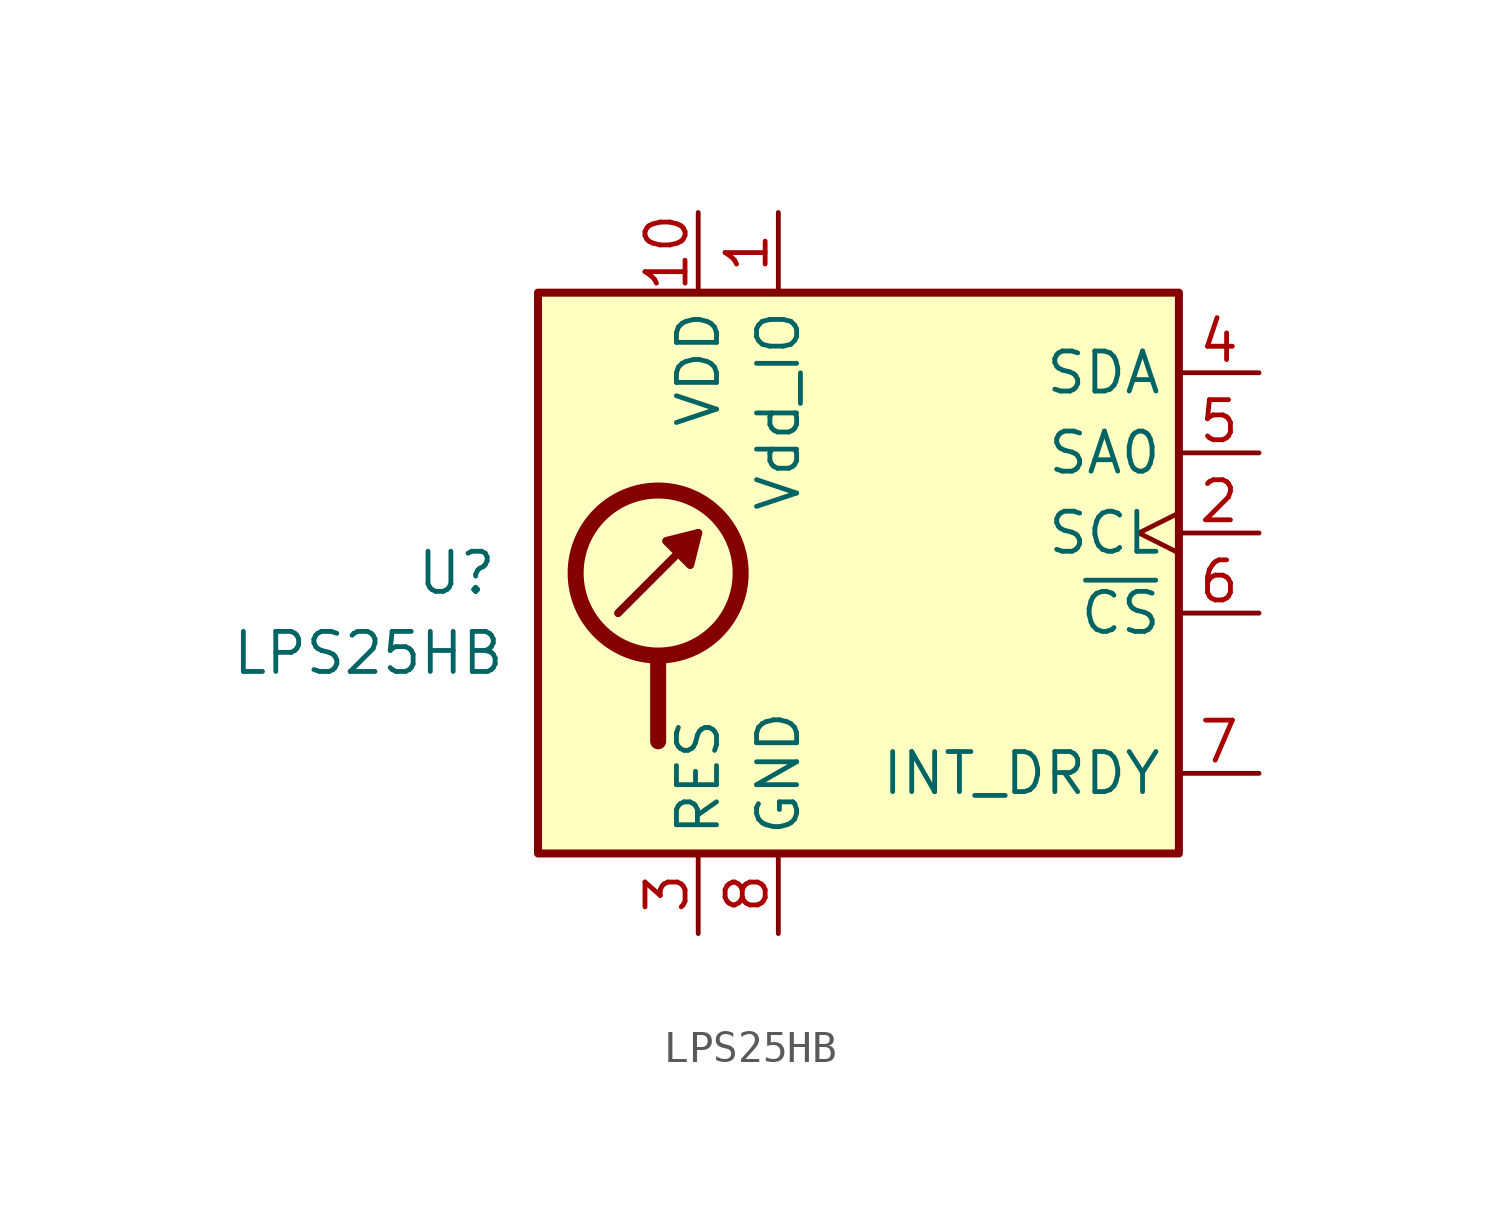
<source format=kicad_sym>
(kicad_symbol_lib
  (version 20220914)
  (generator kicad_symbol_editor)
  (symbol "LPS25HB"
    (property "Reference" "U"
      (at -11.43 1.27 0)
      (effects (font (size 1.27 1.27)) (justify right)))
    (property "Value" "LPS25HB"
      (at -11.176 -1.27 0)
      (effects (font (size 1.27 1.27)) (justify right)))
    (symbol "LPS25HB_0_1"
      (rectangle (start -10.16 10.16) (end 10.16 -7.62) (stroke (width 0.254) (type default)) (fill (type background)))
      (circle (center -6.35 1.27) (radius 2.616) (stroke (width 0.508) (type default)) (fill (type none)))
      (polyline (pts (xy -7.62 0) (xy -5.08 2.54)) (stroke (width 0.254) (type default)) (fill (type none)))
      (polyline (pts (xy -6.35 -1.524) (xy -6.35 -4.064)) (stroke (width 0.508) (type default)) (fill (type none)))
      (polyline (pts (xy -5.08 2.54) (xy -5.334 1.524) (xy -6.096 2.286) (xy -5.08 2.54)) (stroke (width 0.254) (type default)) (fill (type outline))))
    (symbol "LPS25HB_1_1"
      (pin power_in line (at -2.54 12.7 270) (length 2.54) (name "Vdd_IO" (effects (font (size 1.27 1.27)))) (number "1" (effects (font (size 1.27 1.27)))))
      (pin power_in line (at -5.08 12.7 270) (length 2.54) (name "VDD" (effects (font (size 1.27 1.27)))) (number "10" (effects (font (size 1.27 1.27)))))
      (pin input clock (at 12.7 2.54 180) (length 2.54) (name "SCL" (effects (font (size 1.27 1.27)))) (number "2" (effects (font (size 1.27 1.27)))) (alternate "SPC" input clock))
      (pin passive line (at -5.08 -10.16 90) (length 2.54) (name "RES" (effects (font (size 1.27 1.27)))) (number "3" (effects (font (size 1.27 1.27)))))
      (pin bidirectional line (at 12.7 7.62 180) (length 2.54) (name "SDA" (effects (font (size 1.27 1.27)))) (number "4" (effects (font (size 1.27 1.27)))) (alternate "SDI" input line) (alternate "SDI/SDO" bidirectional line))
      (pin input line (at 12.7 5.08 180) (length 2.54) (name "SA0" (effects (font (size 1.27 1.27)))) (number "5" (effects (font (size 1.27 1.27)))) (alternate "SDO" output line))
      (pin input line (at 12.7 0 180) (length 2.54) (name "~{CS}" (effects (font (size 1.27 1.27)))) (number "6" (effects (font (size 1.27 1.27)))))
      (pin output line (at 12.7 -5.08 180) (length 2.54) (name "INT_DRDY" (effects (font (size 1.27 1.27)))) (number "7" (effects (font (size 1.27 1.27)))))
      (pin power_in line (at -2.54 -10.16 90) (length 2.54) (name "GND" (effects (font (size 1.27 1.27)))) (number "8" (effects (font (size 1.27 1.27)))))
      (pin passive line (at -2.54 -10.16 90) (length 2.54) hide (name "GND" (effects (font (size 1.27 1.27)))) (number "9" (effects (font (size 1.27 1.27))))))))
</source>
